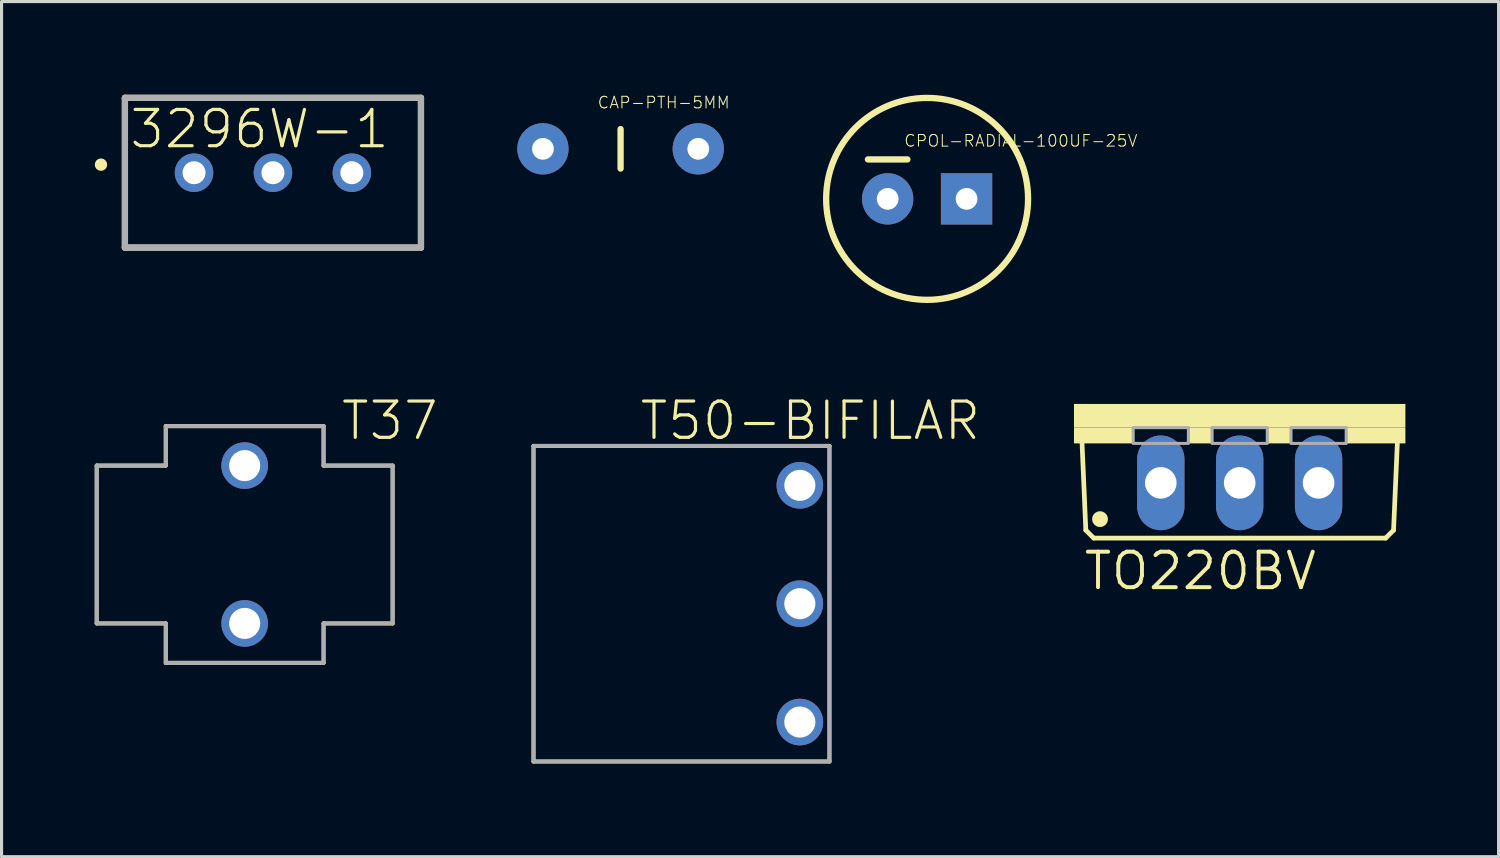
<source format=kicad_pcb>
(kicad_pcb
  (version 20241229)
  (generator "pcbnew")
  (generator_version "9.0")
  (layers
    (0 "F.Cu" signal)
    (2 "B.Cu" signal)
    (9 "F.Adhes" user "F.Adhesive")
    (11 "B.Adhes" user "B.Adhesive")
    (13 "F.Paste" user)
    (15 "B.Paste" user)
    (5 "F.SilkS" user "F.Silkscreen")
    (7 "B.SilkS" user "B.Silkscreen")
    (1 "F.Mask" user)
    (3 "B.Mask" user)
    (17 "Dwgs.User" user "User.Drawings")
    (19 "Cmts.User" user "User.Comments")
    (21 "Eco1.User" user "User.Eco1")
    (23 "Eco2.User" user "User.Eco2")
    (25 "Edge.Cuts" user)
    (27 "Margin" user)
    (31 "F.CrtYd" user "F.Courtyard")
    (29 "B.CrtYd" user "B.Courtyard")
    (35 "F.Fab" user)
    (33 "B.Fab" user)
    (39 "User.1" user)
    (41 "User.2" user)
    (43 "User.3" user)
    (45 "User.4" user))
  (footprint "T50-BIFILAR"
    (layer "F.Cu")
    (at 18.887 16.383)
    (property "Reference" "T50-BIFILAR" (at -1.397 -5.207 0) (layer "F.SilkS") (effects (font (size 1.168 1.168) (thickness 0.102)) (justify left bottom)))
    (fp_line (start -4.763 -5.08) (end 4.763 -5.08) (stroke (width 0.127) (type solid)) (layer "F.SilkS"))
    (fp_line (start -4.763 5.08) (end -4.763 -5.08) (stroke (width 0.127) (type solid)) (layer "F.SilkS"))
    (fp_line (start 4.763 -5.08) (end 4.763 5.08) (stroke (width 0.127) (type solid)) (layer "F.SilkS"))
    (fp_line (start 4.763 5.08) (end -4.763 5.08) (stroke (width 0.127) (type solid)) (layer "F.SilkS"))
    (fp_line (start -4.763 -5.08) (end 4.763 -5.08) (stroke (width 0.127) (type solid)) (layer "F.Fab"))
    (fp_line (start -4.763 5.08) (end -4.763 -5.08) (stroke (width 0.127) (type solid)) (layer "F.Fab"))
    (fp_line (start 4.763 -5.08) (end 4.763 5.08) (stroke (width 0.127) (type solid)) (layer "F.Fab"))
    (fp_line (start 4.763 5.08) (end -4.763 5.08) (stroke (width 0.127) (type solid)) (layer "F.Fab"))
    (pad "1" thru_hole circle (at 3.81 3.81 180) (size 1.5 1.5) (drill 1) (layers "*.Cu" "*.Mask"))
    (pad "2" thru_hole circle (at 3.81 0 180) (size 1.5 1.5) (drill 1) (layers "*.Cu" "*.Mask"))
    (pad "3" thru_hole circle (at 3.81 -3.81 180) (size 1.5 1.5) (drill 1) (layers "*.Cu" "*.Mask")))
  (footprint "T37"
    (layer "F.Cu")
    (at 4.826 14.478)
    (property "Reference" "T37" (at 3.048 -3.302 0) (layer "F.SilkS") (effects (font (size 1.168 1.168) (thickness 0.102)) (justify left bottom)))
    (fp_line (start -4.763 -2.54) (end -2.54 -2.54) (stroke (width 0.127) (type solid)) (layer "F.SilkS"))
    (fp_line (start -4.763 2.54) (end -4.763 -2.54) (stroke (width 0.127) (type solid)) (layer "F.SilkS"))
    (fp_line (start -2.54 -3.81) (end 2.54 -3.81) (stroke (width 0.127) (type solid)) (layer "F.SilkS"))
    (fp_line (start -2.54 -2.54) (end -2.54 -3.81) (stroke (width 0.127) (type solid)) (layer "F.SilkS"))
    (fp_line (start -2.54 2.54) (end -4.763 2.54) (stroke (width 0.127) (type solid)) (layer "F.SilkS"))
    (fp_line (start -2.54 3.81) (end -2.54 2.54) (stroke (width 0.127) (type solid)) (layer "F.SilkS"))
    (fp_line (start 2.54 -3.81) (end 2.54 -2.54) (stroke (width 0.127) (type solid)) (layer "F.SilkS"))
    (fp_line (start 2.54 -2.54) (end 4.763 -2.54) (stroke (width 0.127) (type solid)) (layer "F.SilkS"))
    (fp_line (start 2.54 2.54) (end 2.54 3.81) (stroke (width 0.127) (type solid)) (layer "F.SilkS"))
    (fp_line (start 2.54 3.81) (end -2.54 3.81) (stroke (width 0.127) (type solid)) (layer "F.SilkS"))
    (fp_line (start 4.763 -2.54) (end 4.763 2.54) (stroke (width 0.127) (type solid)) (layer "F.SilkS"))
    (fp_line (start 4.763 2.54) (end 2.54 2.54) (stroke (width 0.127) (type solid)) (layer "F.SilkS"))
    (fp_line (start -4.763 -2.54) (end -2.54 -2.54) (stroke (width 0.127) (type solid)) (layer "F.Fab"))
    (fp_line (start -4.763 2.54) (end -4.763 -2.54) (stroke (width 0.127) (type solid)) (layer "F.Fab"))
    (fp_line (start -2.54 -3.81) (end 2.54 -3.81) (stroke (width 0.127) (type solid)) (layer "F.Fab"))
    (fp_line (start -2.54 -2.54) (end -2.54 -3.81) (stroke (width 0.127) (type solid)) (layer "F.Fab"))
    (fp_line (start -2.54 2.54) (end -4.763 2.54) (stroke (width 0.127) (type solid)) (layer "F.Fab"))
    (fp_line (start -2.54 3.81) (end -2.54 2.54) (stroke (width 0.127) (type solid)) (layer "F.Fab"))
    (fp_line (start 2.54 -3.81) (end 2.54 -2.54) (stroke (width 0.127) (type solid)) (layer "F.Fab"))
    (fp_line (start 2.54 -2.54) (end 4.763 -2.54) (stroke (width 0.127) (type solid)) (layer "F.Fab"))
    (fp_line (start 2.54 2.54) (end 2.54 3.81) (stroke (width 0.127) (type solid)) (layer "F.Fab"))
    (fp_line (start 2.54 3.81) (end -2.54 3.81) (stroke (width 0.127) (type solid)) (layer "F.Fab"))
    (fp_line (start 4.763 -2.54) (end 4.763 2.54) (stroke (width 0.127) (type solid)) (layer "F.Fab"))
    (fp_line (start 4.763 2.54) (end 2.54 2.54) (stroke (width 0.127) (type solid)) (layer "F.Fab"))
    (pad "P$1" thru_hole circle (at 0 -2.54 180) (size 1.5 1.5) (drill 1) (layers "*.Cu" "*.Mask"))
    (pad "P$2" thru_hole circle (at 0 2.54 180) (size 1.5 1.5) (drill 1) (layers "*.Cu" "*.Mask")))
  (footprint "CPOL-RADIAL-100UF-25V"
    (layer "F.Cu")
    (at 26.794 3.352)
    (property "Reference" "CPOL-RADIAL-100UF-25V" (at -0.762 -1.651 0) (layer "F.SilkS") (effects (font (size 0.374 0.374) (thickness 0.033)) (justify left bottom)))
    (fp_line (start -0.635 -1.27) (end -1.905 -1.27) (stroke (width 0.203) (type solid)) (layer "F.SilkS"))
    (fp_circle (center 0 0) (end 3.25 0) (stroke (width 0.203) (type solid)) (fill no) (layer "F.SilkS"))
    (pad "1" thru_hole rect (at 1.27 0) (size 1.651 1.651) (drill 0.7) (layers "*.Cu" "*.Mask"))
    (pad "2" thru_hole circle (at -1.27 0) (size 1.651 1.651) (drill 0.7) (layers "*.Cu" "*.Mask")))
  (footprint "3296W-1"
    (layer "F.Cu")
    (at 5.736 2.51)
    (property "Reference" "3296W-1" (at -0.432 -1.405 0) (layer "F.SilkS") (effects (font (size 1.168 1.168) (thickness 0.102))))
    (fp_line (start -4.765 -2.41) (end 4.765 -2.41) (stroke (width 0.2) (type solid)) (layer "F.SilkS"))
    (fp_line (start -4.765 2.41) (end -4.765 -2.41) (stroke (width 0.2) (type solid)) (layer "F.SilkS"))
    (fp_line (start 4.765 -2.41) (end 4.765 2.41) (stroke (width 0.2) (type solid)) (layer "F.SilkS"))
    (fp_line (start 4.765 2.41) (end -4.765 2.41) (stroke (width 0.2) (type solid)) (layer "F.SilkS"))
    (fp_circle (center -5.536 -0.26) (end -5.436 -0.26) (stroke (width 0.2) (type solid)) (fill no) (layer "F.SilkS"))
    (fp_line (start -4.765 -2.41) (end 4.765 -2.41) (stroke (width 0.2) (type solid)) (layer "F.Fab"))
    (fp_line (start -4.765 2.41) (end -4.765 -2.41) (stroke (width 0.2) (type solid)) (layer "F.Fab"))
    (fp_line (start 4.765 -2.41) (end 4.765 2.41) (stroke (width 0.2) (type solid)) (layer "F.Fab"))
    (fp_line (start 4.765 2.41) (end -4.765 2.41) (stroke (width 0.2) (type solid)) (layer "F.Fab"))
    (pad "1" thru_hole circle (at -2.54 0) (size 1.24 1.24) (drill 0.74) (layers "*.Cu" "*.Mask"))
    (pad "2" thru_hole circle (at 0 0) (size 1.24 1.24) (drill 0.74) (layers "*.Cu" "*.Mask"))
    (pad "3" thru_hole circle (at 2.54 0) (size 1.24 1.24) (drill 0.74) (layers "*.Cu" "*.Mask")))
  (footprint "CAP-PTH-5MM"
    (layer "F.Cu")
    (at 16.927 1.741)
    (property "Reference" "CAP-PTH-5MM" (at -0.762 -1.27 0) (layer "F.SilkS") (effects (font (size 0.374 0.374) (thickness 0.033)) (justify left bottom)))
    (fp_line (start 0 -0.635) (end 0 0.635) (stroke (width 0.203) (type solid)) (layer "F.SilkS"))
    (pad "1" thru_hole circle (at -2.5 0) (size 1.651 1.651) (drill 0.7) (layers "*.Cu" "*.Mask"))
    (pad "2" thru_hole circle (at 2.5 0) (size 1.651 1.651) (drill 0.7) (layers "*.Cu" "*.Mask")))
  (footprint "TO220BV"
    (layer "F.Cu")
    (at 36.856 9.953)
    (property "Reference" "TO220BV" (at -5.08 6.045 0) (layer "F.SilkS") (effects (font (size 1.143 1.143) (thickness 0.127)) (justify left bottom)))
    (fp_line (start -4.953 4.064) (end -5.08 1.143) (stroke (width 0.152) (type solid)) (layer "F.SilkS"))
    (fp_line (start -4.953 4.064) (end -4.699 4.318) (stroke (width 0.152) (type solid)) (layer "F.SilkS"))
    (fp_line (start 4.699 4.318) (end -4.699 4.318) (stroke (width 0.152) (type solid)) (layer "F.SilkS"))
    (fp_line (start 4.699 4.318) (end 4.953 4.064) (stroke (width 0.152) (type solid)) (layer "F.SilkS"))
    (fp_line (start 5.08 1.143) (end 4.953 4.064) (stroke (width 0.152) (type solid)) (layer "F.SilkS"))
    (fp_circle (center -4.496 3.708) (end -4.369 3.708) (stroke (width 0.254) (type solid)) (fill yes) (layer "F.SilkS"))
    (fp_poly (pts (xy -5.334 0.762) (xy 5.334 0.762) (xy 5.334 0) (xy -5.334 0)) (stroke (width 0) (type solid)) (fill yes) (layer "F.SilkS"))
    (fp_poly (pts (xy -5.334 1.27) (xy -3.429 1.27) (xy -3.429 0.762) (xy -5.334 0.762)) (stroke (width 0) (type solid)) (fill yes) (layer "F.SilkS"))
    (fp_poly (pts (xy -1.651 1.27) (xy -0.889 1.27) (xy -0.889 0.762) (xy -1.651 0.762)) (stroke (width 0) (type solid)) (fill yes) (layer "F.SilkS"))
    (fp_poly (pts (xy 0.889 1.27) (xy 1.651 1.27) (xy 1.651 0.762) (xy 0.889 0.762)) (stroke (width 0) (type solid)) (fill yes) (layer "F.SilkS"))
    (fp_poly (pts (xy 3.429 1.27) (xy 5.334 1.27) (xy 5.334 0.762) (xy 3.429 0.762)) (stroke (width 0) (type solid)) (fill yes) (layer "F.SilkS"))
    (fp_poly (pts (xy -3.429 1.27) (xy -1.651 1.27) (xy -1.651 0.762) (xy -3.429 0.762)) (stroke (width 0.1) (type solid)) (fill no) (layer "F.Fab"))
    (fp_poly (pts (xy -0.889 1.27) (xy 0.889 1.27) (xy 0.889 0.762) (xy -0.889 0.762)) (stroke (width 0.1) (type solid)) (fill no) (layer "F.Fab"))
    (fp_poly (pts (xy 1.651 1.27) (xy 3.429 1.27) (xy 3.429 0.762) (xy 1.651 0.762)) (stroke (width 0.1) (type solid)) (fill no) (layer "F.Fab"))
    (pad "D" thru_hole oval (at 0 2.54 90) (size 3.048 1.524) (drill 1.016) (layers "*.Cu" "*.Mask"))
    (pad "G" thru_hole oval (at -2.54 2.54 90) (size 3.048 1.524) (drill 1.016) (layers "*.Cu" "*.Mask"))
    (pad "S" thru_hole oval (at 2.54 2.54 90) (size 3.048 1.524) (drill 1.016) (layers "*.Cu" "*.Mask")))
  (gr_rect
    (start -3 -3)
    (end 45.19 24.527)
    (stroke (width 0.1) (type default))
    (fill no)
    (layer "Edge.Cuts")))
</source>
